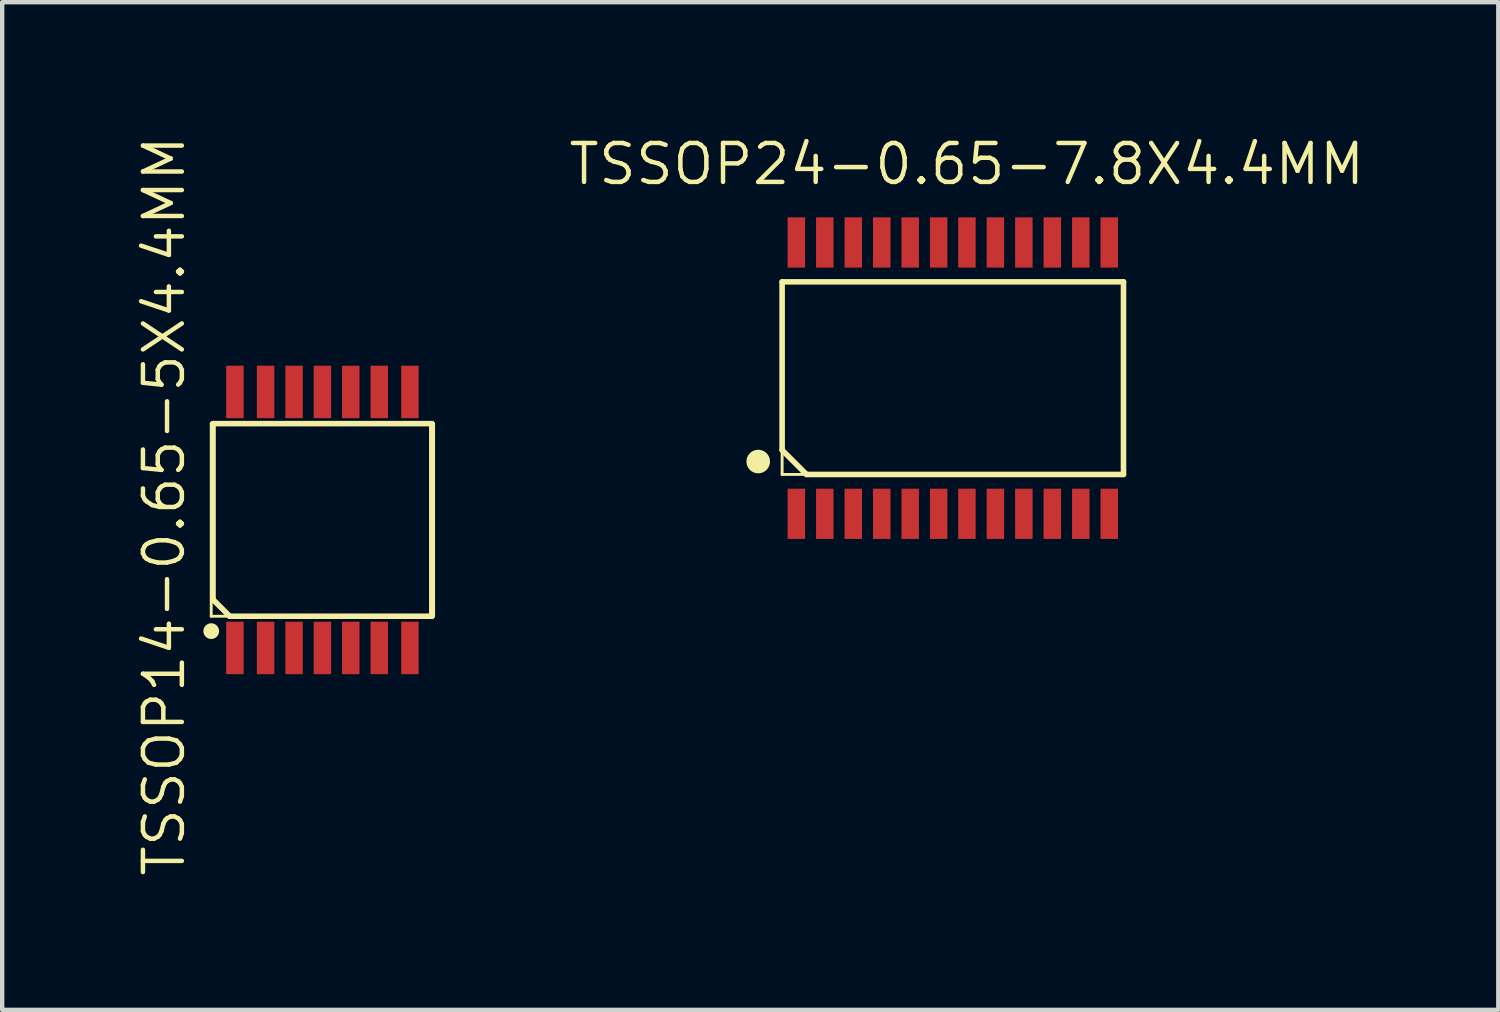
<source format=kicad_pcb>
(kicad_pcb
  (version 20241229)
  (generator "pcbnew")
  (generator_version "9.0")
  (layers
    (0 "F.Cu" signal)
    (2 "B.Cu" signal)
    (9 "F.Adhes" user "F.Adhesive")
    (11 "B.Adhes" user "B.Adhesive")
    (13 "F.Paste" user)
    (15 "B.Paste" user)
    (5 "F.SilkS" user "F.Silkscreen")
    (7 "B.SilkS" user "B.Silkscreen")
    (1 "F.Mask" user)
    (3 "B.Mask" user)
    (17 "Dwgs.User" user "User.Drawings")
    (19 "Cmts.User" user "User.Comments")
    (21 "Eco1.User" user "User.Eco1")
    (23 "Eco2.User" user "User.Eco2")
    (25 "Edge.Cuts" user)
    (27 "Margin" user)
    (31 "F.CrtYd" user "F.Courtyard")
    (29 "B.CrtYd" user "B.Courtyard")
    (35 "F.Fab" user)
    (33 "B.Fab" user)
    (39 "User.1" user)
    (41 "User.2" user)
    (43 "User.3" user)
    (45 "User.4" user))
  (footprint "TSSOP24-0.65-7.8X4.4MM"
    (layer "F.Cu")
    (at 18.715 5.588)
    (property "Reference" "TSSOP24-0.65-7.8X4.4MM" (at 0.318 -4.889 0) (layer "F.SilkS") (effects (font (size 0.889 0.889) (thickness 0.102))))
    (attr smd)
    (fp_line (start -3.899 -2.2) (end 3.899 -2.2) (stroke (width 0.066) (type solid)) (layer "F.SilkS"))
    (fp_line (start -3.899 -2.2) (end 3.899 -2.2) (stroke (width 0.127) (type solid)) (layer "F.SilkS"))
    (fp_line (start -3.899 1.643) (end -3.899 -2.2) (stroke (width 0.127) (type solid)) (layer "F.SilkS"))
    (fp_line (start -3.899 2.2) (end -3.899 -2.2) (stroke (width 0.066) (type solid)) (layer "F.SilkS"))
    (fp_line (start -3.899 2.2) (end 3.899 2.2) (stroke (width 0.066) (type solid)) (layer "F.SilkS"))
    (fp_line (start -3.343 2.2) (end -3.899 1.643) (stroke (width 0.127) (type solid)) (layer "F.SilkS"))
    (fp_line (start 3.899 -2.2) (end 3.899 2.2) (stroke (width 0.127) (type solid)) (layer "F.SilkS"))
    (fp_line (start 3.899 2.2) (end -3.343 2.2) (stroke (width 0.127) (type solid)) (layer "F.SilkS"))
    (fp_line (start 3.899 2.2) (end 3.899 -2.2) (stroke (width 0.066) (type solid)) (layer "F.SilkS"))
    (fp_circle (center -4.445 1.905) (end -4.636 2.095) (stroke (width 0) (type solid)) (fill yes) (layer "F.SilkS"))
    (pad "1" smd rect (at -3.574 3.099 90) (size 1.148 0.399) (layers "F.Cu" "F.Mask" "F.Paste"))
    (pad "2" smd rect (at -2.924 3.099 90) (size 1.148 0.399) (layers "F.Cu" "F.Mask" "F.Paste"))
    (pad "3" smd rect (at -2.273 3.099 90) (size 1.148 0.399) (layers "F.Cu" "F.Mask" "F.Paste"))
    (pad "4" smd rect (at -1.623 3.099 90) (size 1.148 0.399) (layers "F.Cu" "F.Mask" "F.Paste"))
    (pad "5" smd rect (at -0.973 3.099 90) (size 1.148 0.399) (layers "F.Cu" "F.Mask" "F.Paste"))
    (pad "6" smd rect (at -0.323 3.099 90) (size 1.148 0.399) (layers "F.Cu" "F.Mask" "F.Paste"))
    (pad "7" smd rect (at 0.323 3.099 90) (size 1.148 0.399) (layers "F.Cu" "F.Mask" "F.Paste"))
    (pad "8" smd rect (at 0.973 3.099 90) (size 1.148 0.399) (layers "F.Cu" "F.Mask" "F.Paste"))
    (pad "9" smd rect (at 1.623 3.099 90) (size 1.148 0.399) (layers "F.Cu" "F.Mask" "F.Paste"))
    (pad "10" smd rect (at 2.273 3.099 90) (size 1.148 0.399) (layers "F.Cu" "F.Mask" "F.Paste"))
    (pad "11" smd rect (at 2.924 3.099 90) (size 1.148 0.399) (layers "F.Cu" "F.Mask" "F.Paste"))
    (pad "12" smd rect (at 3.574 3.099 90) (size 1.148 0.399) (layers "F.Cu" "F.Mask" "F.Paste"))
    (pad "13" smd rect (at 3.574 -3.099 90) (size 1.148 0.399) (layers "F.Cu" "F.Mask" "F.Paste"))
    (pad "14" smd rect (at 2.924 -3.099 90) (size 1.148 0.399) (layers "F.Cu" "F.Mask" "F.Paste"))
    (pad "15" smd rect (at 2.273 -3.099 90) (size 1.148 0.399) (layers "F.Cu" "F.Mask" "F.Paste"))
    (pad "16" smd rect (at 1.623 -3.099 90) (size 1.148 0.399) (layers "F.Cu" "F.Mask" "F.Paste"))
    (pad "17" smd rect (at 0.973 -3.099 90) (size 1.148 0.399) (layers "F.Cu" "F.Mask" "F.Paste"))
    (pad "18" smd rect (at 0.323 -3.099 90) (size 1.148 0.399) (layers "F.Cu" "F.Mask" "F.Paste"))
    (pad "19" smd rect (at -0.323 -3.099 90) (size 1.148 0.399) (layers "F.Cu" "F.Mask" "F.Paste"))
    (pad "20" smd rect (at -0.973 -3.099 90) (size 1.148 0.399) (layers "F.Cu" "F.Mask" "F.Paste"))
    (pad "21" smd rect (at -1.623 -3.099 90) (size 1.148 0.399) (layers "F.Cu" "F.Mask" "F.Paste"))
    (pad "22" smd rect (at -2.273 -3.099 90) (size 1.148 0.399) (layers "F.Cu" "F.Mask" "F.Paste"))
    (pad "23" smd rect (at -2.924 -3.099 90) (size 1.148 0.399) (layers "F.Cu" "F.Mask" "F.Paste"))
    (pad "24" smd rect (at -3.574 -3.099 90) (size 1.148 0.399) (layers "F.Cu" "F.Mask" "F.Paste")))
  (footprint "TSSOP14-0.65-5X4.4MM"
    (layer "F.Cu")
    (at 4.315 8.827)
    (property "Reference" "TSSOP14-0.65-5X4.4MM" (at -3.617 -0.318 90) (layer "F.SilkS") (effects (font (size 0.889 0.889) (thickness 0.102))))
    (attr smd)
    (fp_line (start -2.54 -2.2) (end 2.54 -2.2) (stroke (width 0.066) (type solid)) (layer "F.SilkS"))
    (fp_line (start -2.54 2.2) (end -2.54 -2.2) (stroke (width 0.066) (type solid)) (layer "F.SilkS"))
    (fp_line (start -2.54 2.2) (end 2.54 2.2) (stroke (width 0.066) (type solid)) (layer "F.SilkS"))
    (fp_line (start -2.499 -2.2) (end 2.499 -2.2) (stroke (width 0.127) (type solid)) (layer "F.SilkS"))
    (fp_line (start -2.499 1.819) (end -2.499 -2.2) (stroke (width 0.127) (type solid)) (layer "F.SilkS"))
    (fp_line (start -2.118 2.2) (end -2.499 1.819) (stroke (width 0.127) (type solid)) (layer "F.SilkS"))
    (fp_line (start 2.499 -2.2) (end 2.499 2.2) (stroke (width 0.127) (type solid)) (layer "F.SilkS"))
    (fp_line (start 2.499 2.2) (end -2.118 2.2) (stroke (width 0.127) (type solid)) (layer "F.SilkS"))
    (fp_line (start 2.54 2.2) (end 2.54 -2.2) (stroke (width 0.066) (type solid)) (layer "F.SilkS"))
    (fp_circle (center -2.54 2.54) (end -2.667 2.667) (stroke (width 0) (type solid)) (fill yes) (layer "F.SilkS"))
    (pad "1" smd rect (at -1.999 2.924) (size 0.399 1.199) (layers "F.Cu" "F.Mask" "F.Paste"))
    (pad "2" smd rect (at -1.298 2.924) (size 0.399 1.199) (layers "F.Cu" "F.Mask" "F.Paste"))
    (pad "3" smd rect (at -0.648 2.924) (size 0.399 1.199) (layers "F.Cu" "F.Mask" "F.Paste"))
    (pad "4" smd rect (at 0 2.924) (size 0.399 1.199) (layers "F.Cu" "F.Mask" "F.Paste"))
    (pad "5" smd rect (at 0.648 2.924) (size 0.399 1.199) (layers "F.Cu" "F.Mask" "F.Paste"))
    (pad "6" smd rect (at 1.298 2.924) (size 0.399 1.199) (layers "F.Cu" "F.Mask" "F.Paste"))
    (pad "7" smd rect (at 1.999 2.924) (size 0.399 1.199) (layers "F.Cu" "F.Mask" "F.Paste"))
    (pad "8" smd rect (at 1.999 -2.924 180) (size 0.399 1.199) (layers "F.Cu" "F.Mask" "F.Paste"))
    (pad "9" smd rect (at 1.298 -2.924) (size 0.399 1.199) (layers "F.Cu" "F.Mask" "F.Paste"))
    (pad "10" smd rect (at 0.648 -2.924) (size 0.399 1.199) (layers "F.Cu" "F.Mask" "F.Paste"))
    (pad "11" smd rect (at 0 -2.924) (size 0.399 1.199) (layers "F.Cu" "F.Mask" "F.Paste"))
    (pad "12" smd rect (at -0.648 -2.924) (size 0.399 1.199) (layers "F.Cu" "F.Mask" "F.Paste"))
    (pad "13" smd rect (at -1.298 -2.924) (size 0.399 1.199) (layers "F.Cu" "F.Mask" "F.Paste"))
    (pad "14" smd rect (at -1.999 -2.924) (size 0.399 1.199) (layers "F.Cu" "F.Mask" "F.Paste")))
  (gr_rect
    (start -3 -3)
    (end 31.176 20.018)
    (stroke (width 0.1) (type default))
    (fill no)
    (layer "Edge.Cuts")))
</source>
